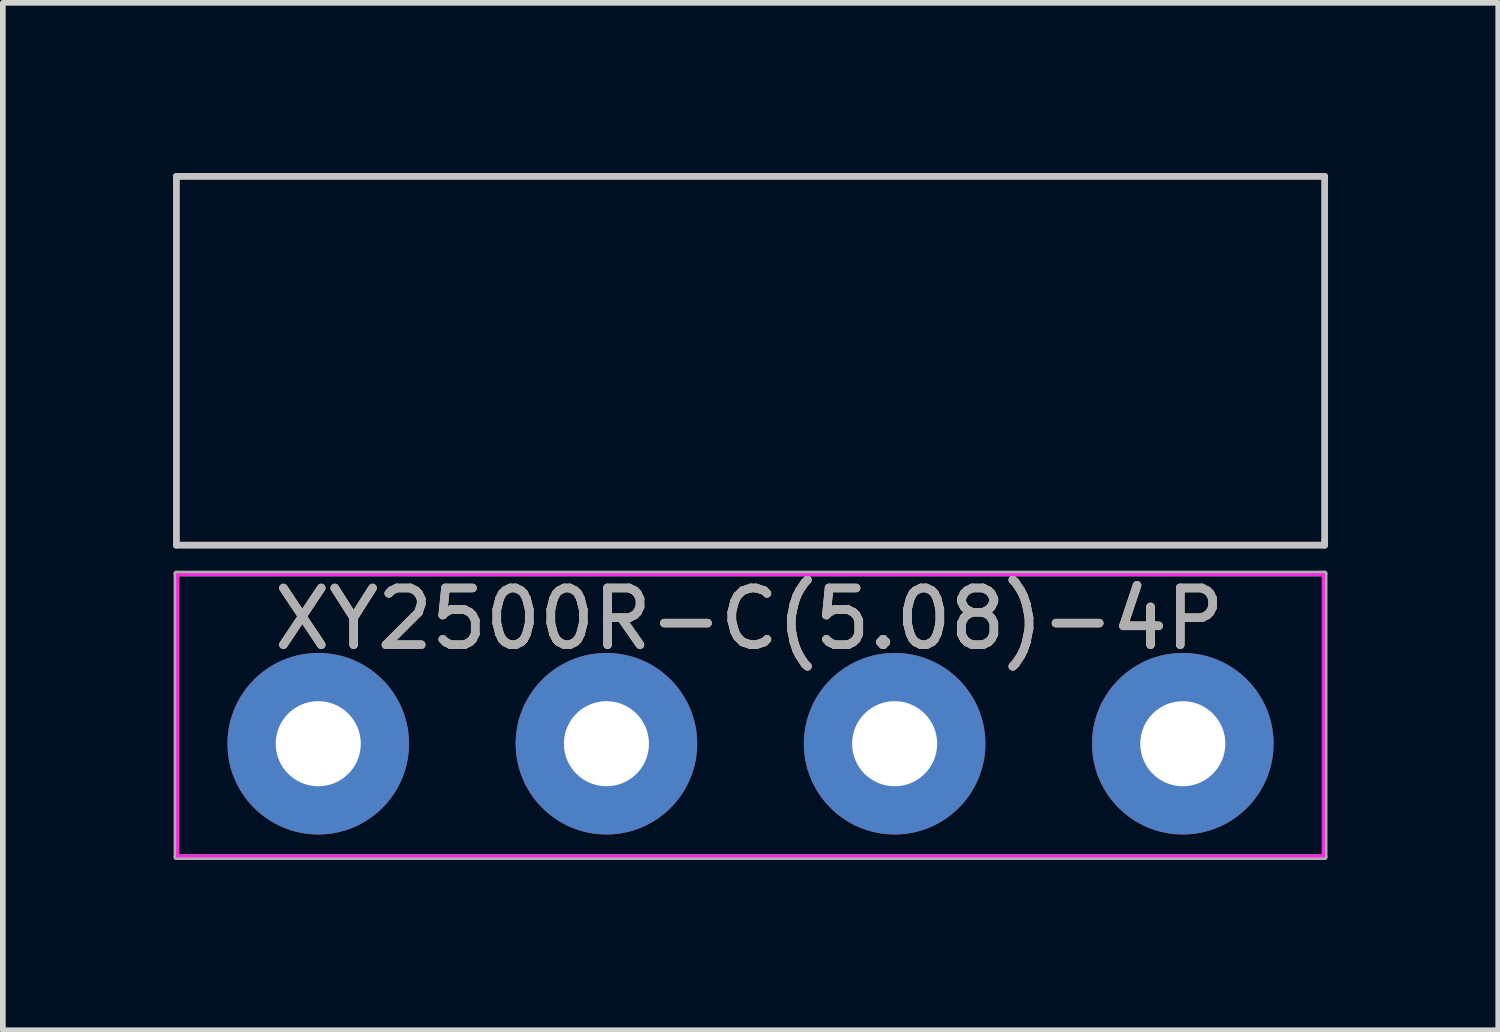
<source format=kicad_pcb>
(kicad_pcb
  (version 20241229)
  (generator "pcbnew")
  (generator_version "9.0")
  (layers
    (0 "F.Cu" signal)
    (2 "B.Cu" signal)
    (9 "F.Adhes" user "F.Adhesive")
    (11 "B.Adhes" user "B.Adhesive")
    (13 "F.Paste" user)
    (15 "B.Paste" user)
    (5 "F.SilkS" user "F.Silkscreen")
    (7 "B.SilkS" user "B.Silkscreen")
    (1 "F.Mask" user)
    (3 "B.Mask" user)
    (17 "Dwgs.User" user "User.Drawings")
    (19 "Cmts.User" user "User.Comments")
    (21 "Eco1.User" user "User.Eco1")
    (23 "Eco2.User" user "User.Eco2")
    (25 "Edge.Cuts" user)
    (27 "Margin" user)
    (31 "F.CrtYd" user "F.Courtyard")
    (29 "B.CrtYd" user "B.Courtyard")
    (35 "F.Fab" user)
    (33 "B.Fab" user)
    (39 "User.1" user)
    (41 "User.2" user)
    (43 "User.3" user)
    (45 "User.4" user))
  (footprint "XY2500R-C(5.08)-4P"
    (layer "F.Cu")
    (at 10.18 10.06)
    (property "Reference" "XY2500R-C(5.08)-4P" (at -0.02 -2.2 0) (unlocked yes) (layer "F.SilkS") (effects (font (size 1 1) (thickness 0.15))))
    (attr through_hole)
    (fp_line (start -10.12 -3.5) (end -10.12 -10) (stroke (width 0.12) (type solid)) (layer "Dwgs.User"))
    (fp_line (start -10.12 -3.5) (end 10.12 -3.5) (stroke (width 0.12) (type solid)) (layer "Dwgs.User"))
    (fp_line (start 10.12 -10) (end -10.12 -10) (stroke (width 0.12) (type solid)) (layer "Dwgs.User"))
    (fp_line (start 10.12 -3.5) (end 10.12 -10) (stroke (width 0.12) (type solid)) (layer "Dwgs.User"))
    (fp_line (start -10.1 -2.98) (end 10.1 -2.98) (stroke (width 0.05) (type solid)) (layer "F.CrtYd"))
    (fp_line (start -10.1 1.98) (end -10.1 -2.98) (stroke (width 0.05) (type solid)) (layer "F.CrtYd"))
    (fp_line (start -10.09 1.98) (end -10.1 1.98) (stroke (width 0.05) (type solid)) (layer "F.CrtYd"))
    (fp_line (start 10.1 -2.98) (end 10.1 1.98) (stroke (width 0.05) (type solid)) (layer "F.CrtYd"))
    (fp_line (start 10.1 1.98) (end -10.09 1.98) (stroke (width 0.05) (type solid)) (layer "F.CrtYd"))
    (fp_line (start -10.12 -3) (end 10.12 -3) (stroke (width 0.1) (type solid)) (layer "F.Fab"))
    (fp_line (start -10.12 2) (end -10.12 -3) (stroke (width 0.1) (type solid)) (layer "F.Fab"))
    (fp_line (start 10.12 2) (end -10.12 2) (stroke (width 0.1) (type solid)) (layer "F.Fab"))
    (fp_line (start 10.12 2) (end 10.12 -3) (stroke (width 0.1) (type solid)) (layer "F.Fab"))
    (fp_text user "${REFERENCE}" (at -0.02 -2.2 0) (unlocked yes) (layer "F.Fab") (effects (font (size 1 1) (thickness 0.15))))
    (pad "1" thru_hole circle (at 7.62 0) (size 3.2 3.2) (drill 1.5) (layers "*.Cu" "*.Mask"))
    (pad "2" thru_hole circle (at 2.54 0) (size 3.2 3.2) (drill 1.5) (layers "*.Cu" "*.Mask"))
    (pad "3" thru_hole circle (at -2.54 0) (size 3.2 3.2) (drill 1.5) (layers "*.Cu" "*.Mask"))
    (pad "4" thru_hole circle (at -7.62 0) (size 3.2 3.2) (drill 1.5) (layers "*.Cu" "*.Mask")))
  (gr_rect
    (start -3 -3)
    (end 23.36 15.11)
    (stroke (width 0.1) (type default))
    (fill no)
    (layer "Edge.Cuts")))
</source>
